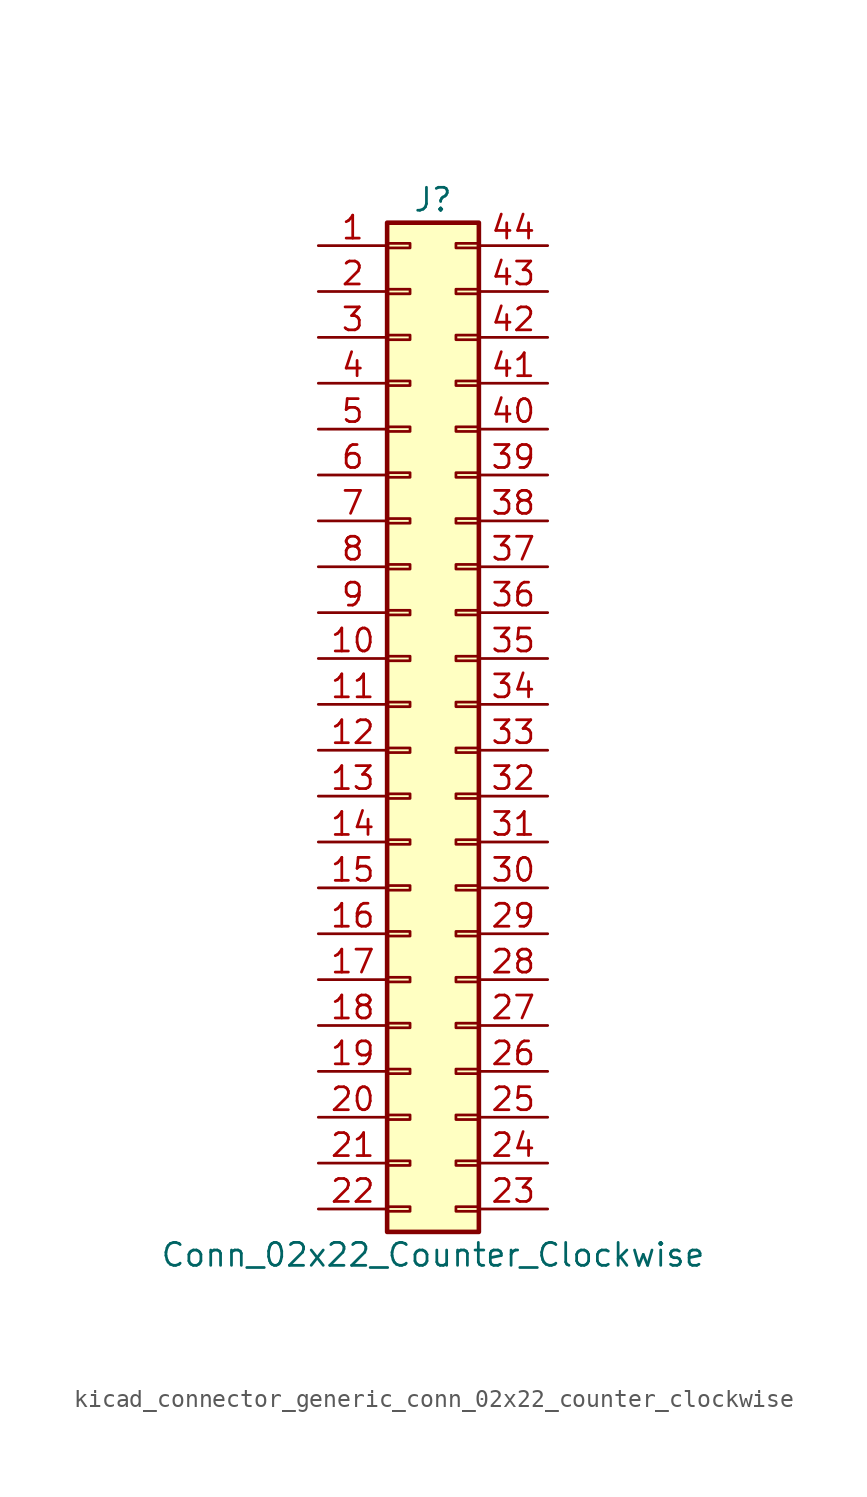
<source format=kicad_sym>
(kicad_symbol_lib
  (version 20220914)
  (generator kicad_symbol_editor)
  (symbol "kicad_connector_generic_conn_02x22_counter_clockwise"
    (pin_names
      (offset 1.016) hide)
    (property "Reference" "J"
      (at 1.27 27.94 0)
      (effects (font (size 1.27 1.27))))
    (property "Value" "Conn_02x22_Counter_Clockwise"
      (at 1.27 -30.48 0)
      (effects (font (size 1.27 1.27))))
    (symbol "kicad_connector_generic_conn_02x22_counter_clockwise_1_1"
      (rectangle (start -1.27 -27.813) (end 0 -28.067) (stroke (width 0.152) (type default)) (fill (type none)))
      (rectangle (start -1.27 -25.273) (end 0 -25.527) (stroke (width 0.152) (type default)) (fill (type none)))
      (rectangle (start -1.27 -22.733) (end 0 -22.987) (stroke (width 0.152) (type default)) (fill (type none)))
      (rectangle (start -1.27 -20.193) (end 0 -20.447) (stroke (width 0.152) (type default)) (fill (type none)))
      (rectangle (start -1.27 -17.653) (end 0 -17.907) (stroke (width 0.152) (type default)) (fill (type none)))
      (rectangle (start -1.27 -15.113) (end 0 -15.367) (stroke (width 0.152) (type default)) (fill (type none)))
      (rectangle (start -1.27 -12.573) (end 0 -12.827) (stroke (width 0.152) (type default)) (fill (type none)))
      (rectangle (start -1.27 -10.033) (end 0 -10.287) (stroke (width 0.152) (type default)) (fill (type none)))
      (rectangle (start -1.27 -7.493) (end 0 -7.747) (stroke (width 0.152) (type default)) (fill (type none)))
      (rectangle (start -1.27 -4.953) (end 0 -5.207) (stroke (width 0.152) (type default)) (fill (type none)))
      (rectangle (start -1.27 -2.413) (end 0 -2.667) (stroke (width 0.152) (type default)) (fill (type none)))
      (rectangle (start -1.27 0.127) (end 0 -0.127) (stroke (width 0.152) (type default)) (fill (type none)))
      (rectangle (start -1.27 2.667) (end 0 2.413) (stroke (width 0.152) (type default)) (fill (type none)))
      (rectangle (start -1.27 5.207) (end 0 4.953) (stroke (width 0.152) (type default)) (fill (type none)))
      (rectangle (start -1.27 7.747) (end 0 7.493) (stroke (width 0.152) (type default)) (fill (type none)))
      (rectangle (start -1.27 10.287) (end 0 10.033) (stroke (width 0.152) (type default)) (fill (type none)))
      (rectangle (start -1.27 12.827) (end 0 12.573) (stroke (width 0.152) (type default)) (fill (type none)))
      (rectangle (start -1.27 15.367) (end 0 15.113) (stroke (width 0.152) (type default)) (fill (type none)))
      (rectangle (start -1.27 17.907) (end 0 17.653) (stroke (width 0.152) (type default)) (fill (type none)))
      (rectangle (start -1.27 20.447) (end 0 20.193) (stroke (width 0.152) (type default)) (fill (type none)))
      (rectangle (start -1.27 22.987) (end 0 22.733) (stroke (width 0.152) (type default)) (fill (type none)))
      (rectangle (start -1.27 25.527) (end 0 25.273) (stroke (width 0.152) (type default)) (fill (type none)))
      (rectangle (start -1.27 26.67) (end 3.81 -29.21) (stroke (width 0.254) (type default)) (fill (type background)))
      (rectangle (start 3.81 -27.813) (end 2.54 -28.067) (stroke (width 0.152) (type default)) (fill (type none)))
      (rectangle (start 3.81 -25.273) (end 2.54 -25.527) (stroke (width 0.152) (type default)) (fill (type none)))
      (rectangle (start 3.81 -22.733) (end 2.54 -22.987) (stroke (width 0.152) (type default)) (fill (type none)))
      (rectangle (start 3.81 -20.193) (end 2.54 -20.447) (stroke (width 0.152) (type default)) (fill (type none)))
      (rectangle (start 3.81 -17.653) (end 2.54 -17.907) (stroke (width 0.152) (type default)) (fill (type none)))
      (rectangle (start 3.81 -15.113) (end 2.54 -15.367) (stroke (width 0.152) (type default)) (fill (type none)))
      (rectangle (start 3.81 -12.573) (end 2.54 -12.827) (stroke (width 0.152) (type default)) (fill (type none)))
      (rectangle (start 3.81 -10.033) (end 2.54 -10.287) (stroke (width 0.152) (type default)) (fill (type none)))
      (rectangle (start 3.81 -7.493) (end 2.54 -7.747) (stroke (width 0.152) (type default)) (fill (type none)))
      (rectangle (start 3.81 -4.953) (end 2.54 -5.207) (stroke (width 0.152) (type default)) (fill (type none)))
      (rectangle (start 3.81 -2.413) (end 2.54 -2.667) (stroke (width 0.152) (type default)) (fill (type none)))
      (rectangle (start 3.81 0.127) (end 2.54 -0.127) (stroke (width 0.152) (type default)) (fill (type none)))
      (rectangle (start 3.81 2.667) (end 2.54 2.413) (stroke (width 0.152) (type default)) (fill (type none)))
      (rectangle (start 3.81 5.207) (end 2.54 4.953) (stroke (width 0.152) (type default)) (fill (type none)))
      (rectangle (start 3.81 7.747) (end 2.54 7.493) (stroke (width 0.152) (type default)) (fill (type none)))
      (rectangle (start 3.81 10.287) (end 2.54 10.033) (stroke (width 0.152) (type default)) (fill (type none)))
      (rectangle (start 3.81 12.827) (end 2.54 12.573) (stroke (width 0.152) (type default)) (fill (type none)))
      (rectangle (start 3.81 15.367) (end 2.54 15.113) (stroke (width 0.152) (type default)) (fill (type none)))
      (rectangle (start 3.81 17.907) (end 2.54 17.653) (stroke (width 0.152) (type default)) (fill (type none)))
      (rectangle (start 3.81 20.447) (end 2.54 20.193) (stroke (width 0.152) (type default)) (fill (type none)))
      (rectangle (start 3.81 22.987) (end 2.54 22.733) (stroke (width 0.152) (type default)) (fill (type none)))
      (rectangle (start 3.81 25.527) (end 2.54 25.273) (stroke (width 0.152) (type default)) (fill (type none)))
      (pin passive line (at -5.08 25.4 0) (length 3.81) (name "Pin_1" (effects (font (size 1.27 1.27)))) (number "1" (effects (font (size 1.27 1.27)))))
      (pin passive line (at -5.08 2.54 0) (length 3.81) (name "Pin_10" (effects (font (size 1.27 1.27)))) (number "10" (effects (font (size 1.27 1.27)))))
      (pin passive line (at -5.08 0 0) (length 3.81) (name "Pin_11" (effects (font (size 1.27 1.27)))) (number "11" (effects (font (size 1.27 1.27)))))
      (pin passive line (at -5.08 -2.54 0) (length 3.81) (name "Pin_12" (effects (font (size 1.27 1.27)))) (number "12" (effects (font (size 1.27 1.27)))))
      (pin passive line (at -5.08 -5.08 0) (length 3.81) (name "Pin_13" (effects (font (size 1.27 1.27)))) (number "13" (effects (font (size 1.27 1.27)))))
      (pin passive line (at -5.08 -7.62 0) (length 3.81) (name "Pin_14" (effects (font (size 1.27 1.27)))) (number "14" (effects (font (size 1.27 1.27)))))
      (pin passive line (at -5.08 -10.16 0) (length 3.81) (name "Pin_15" (effects (font (size 1.27 1.27)))) (number "15" (effects (font (size 1.27 1.27)))))
      (pin passive line (at -5.08 -12.7 0) (length 3.81) (name "Pin_16" (effects (font (size 1.27 1.27)))) (number "16" (effects (font (size 1.27 1.27)))))
      (pin passive line (at -5.08 -15.24 0) (length 3.81) (name "Pin_17" (effects (font (size 1.27 1.27)))) (number "17" (effects (font (size 1.27 1.27)))))
      (pin passive line (at -5.08 -17.78 0) (length 3.81) (name "Pin_18" (effects (font (size 1.27 1.27)))) (number "18" (effects (font (size 1.27 1.27)))))
      (pin passive line (at -5.08 -20.32 0) (length 3.81) (name "Pin_19" (effects (font (size 1.27 1.27)))) (number "19" (effects (font (size 1.27 1.27)))))
      (pin passive line (at -5.08 22.86 0) (length 3.81) (name "Pin_2" (effects (font (size 1.27 1.27)))) (number "2" (effects (font (size 1.27 1.27)))))
      (pin passive line (at -5.08 -22.86 0) (length 3.81) (name "Pin_20" (effects (font (size 1.27 1.27)))) (number "20" (effects (font (size 1.27 1.27)))))
      (pin passive line (at -5.08 -25.4 0) (length 3.81) (name "Pin_21" (effects (font (size 1.27 1.27)))) (number "21" (effects (font (size 1.27 1.27)))))
      (pin passive line (at -5.08 -27.94 0) (length 3.81) (name "Pin_22" (effects (font (size 1.27 1.27)))) (number "22" (effects (font (size 1.27 1.27)))))
      (pin passive line (at 7.62 -27.94 180) (length 3.81) (name "Pin_23" (effects (font (size 1.27 1.27)))) (number "23" (effects (font (size 1.27 1.27)))))
      (pin passive line (at 7.62 -25.4 180) (length 3.81) (name "Pin_24" (effects (font (size 1.27 1.27)))) (number "24" (effects (font (size 1.27 1.27)))))
      (pin passive line (at 7.62 -22.86 180) (length 3.81) (name "Pin_25" (effects (font (size 1.27 1.27)))) (number "25" (effects (font (size 1.27 1.27)))))
      (pin passive line (at 7.62 -20.32 180) (length 3.81) (name "Pin_26" (effects (font (size 1.27 1.27)))) (number "26" (effects (font (size 1.27 1.27)))))
      (pin passive line (at 7.62 -17.78 180) (length 3.81) (name "Pin_27" (effects (font (size 1.27 1.27)))) (number "27" (effects (font (size 1.27 1.27)))))
      (pin passive line (at 7.62 -15.24 180) (length 3.81) (name "Pin_28" (effects (font (size 1.27 1.27)))) (number "28" (effects (font (size 1.27 1.27)))))
      (pin passive line (at 7.62 -12.7 180) (length 3.81) (name "Pin_29" (effects (font (size 1.27 1.27)))) (number "29" (effects (font (size 1.27 1.27)))))
      (pin passive line (at -5.08 20.32 0) (length 3.81) (name "Pin_3" (effects (font (size 1.27 1.27)))) (number "3" (effects (font (size 1.27 1.27)))))
      (pin passive line (at 7.62 -10.16 180) (length 3.81) (name "Pin_30" (effects (font (size 1.27 1.27)))) (number "30" (effects (font (size 1.27 1.27)))))
      (pin passive line (at 7.62 -7.62 180) (length 3.81) (name "Pin_31" (effects (font (size 1.27 1.27)))) (number "31" (effects (font (size 1.27 1.27)))))
      (pin passive line (at 7.62 -5.08 180) (length 3.81) (name "Pin_32" (effects (font (size 1.27 1.27)))) (number "32" (effects (font (size 1.27 1.27)))))
      (pin passive line (at 7.62 -2.54 180) (length 3.81) (name "Pin_33" (effects (font (size 1.27 1.27)))) (number "33" (effects (font (size 1.27 1.27)))))
      (pin passive line (at 7.62 0 180) (length 3.81) (name "Pin_34" (effects (font (size 1.27 1.27)))) (number "34" (effects (font (size 1.27 1.27)))))
      (pin passive line (at 7.62 2.54 180) (length 3.81) (name "Pin_35" (effects (font (size 1.27 1.27)))) (number "35" (effects (font (size 1.27 1.27)))))
      (pin passive line (at 7.62 5.08 180) (length 3.81) (name "Pin_36" (effects (font (size 1.27 1.27)))) (number "36" (effects (font (size 1.27 1.27)))))
      (pin passive line (at 7.62 7.62 180) (length 3.81) (name "Pin_37" (effects (font (size 1.27 1.27)))) (number "37" (effects (font (size 1.27 1.27)))))
      (pin passive line (at 7.62 10.16 180) (length 3.81) (name "Pin_38" (effects (font (size 1.27 1.27)))) (number "38" (effects (font (size 1.27 1.27)))))
      (pin passive line (at 7.62 12.7 180) (length 3.81) (name "Pin_39" (effects (font (size 1.27 1.27)))) (number "39" (effects (font (size 1.27 1.27)))))
      (pin passive line (at -5.08 17.78 0) (length 3.81) (name "Pin_4" (effects (font (size 1.27 1.27)))) (number "4" (effects (font (size 1.27 1.27)))))
      (pin passive line (at 7.62 15.24 180) (length 3.81) (name "Pin_40" (effects (font (size 1.27 1.27)))) (number "40" (effects (font (size 1.27 1.27)))))
      (pin passive line (at 7.62 17.78 180) (length 3.81) (name "Pin_41" (effects (font (size 1.27 1.27)))) (number "41" (effects (font (size 1.27 1.27)))))
      (pin passive line (at 7.62 20.32 180) (length 3.81) (name "Pin_42" (effects (font (size 1.27 1.27)))) (number "42" (effects (font (size 1.27 1.27)))))
      (pin passive line (at 7.62 22.86 180) (length 3.81) (name "Pin_43" (effects (font (size 1.27 1.27)))) (number "43" (effects (font (size 1.27 1.27)))))
      (pin passive line (at 7.62 25.4 180) (length 3.81) (name "Pin_44" (effects (font (size 1.27 1.27)))) (number "44" (effects (font (size 1.27 1.27)))))
      (pin passive line (at -5.08 15.24 0) (length 3.81) (name "Pin_5" (effects (font (size 1.27 1.27)))) (number "5" (effects (font (size 1.27 1.27)))))
      (pin passive line (at -5.08 12.7 0) (length 3.81) (name "Pin_6" (effects (font (size 1.27 1.27)))) (number "6" (effects (font (size 1.27 1.27)))))
      (pin passive line (at -5.08 10.16 0) (length 3.81) (name "Pin_7" (effects (font (size 1.27 1.27)))) (number "7" (effects (font (size 1.27 1.27)))))
      (pin passive line (at -5.08 7.62 0) (length 3.81) (name "Pin_8" (effects (font (size 1.27 1.27)))) (number "8" (effects (font (size 1.27 1.27)))))
      (pin passive line (at -5.08 5.08 0) (length 3.81) (name "Pin_9" (effects (font (size 1.27 1.27)))) (number "9" (effects (font (size 1.27 1.27))))))))
</source>
